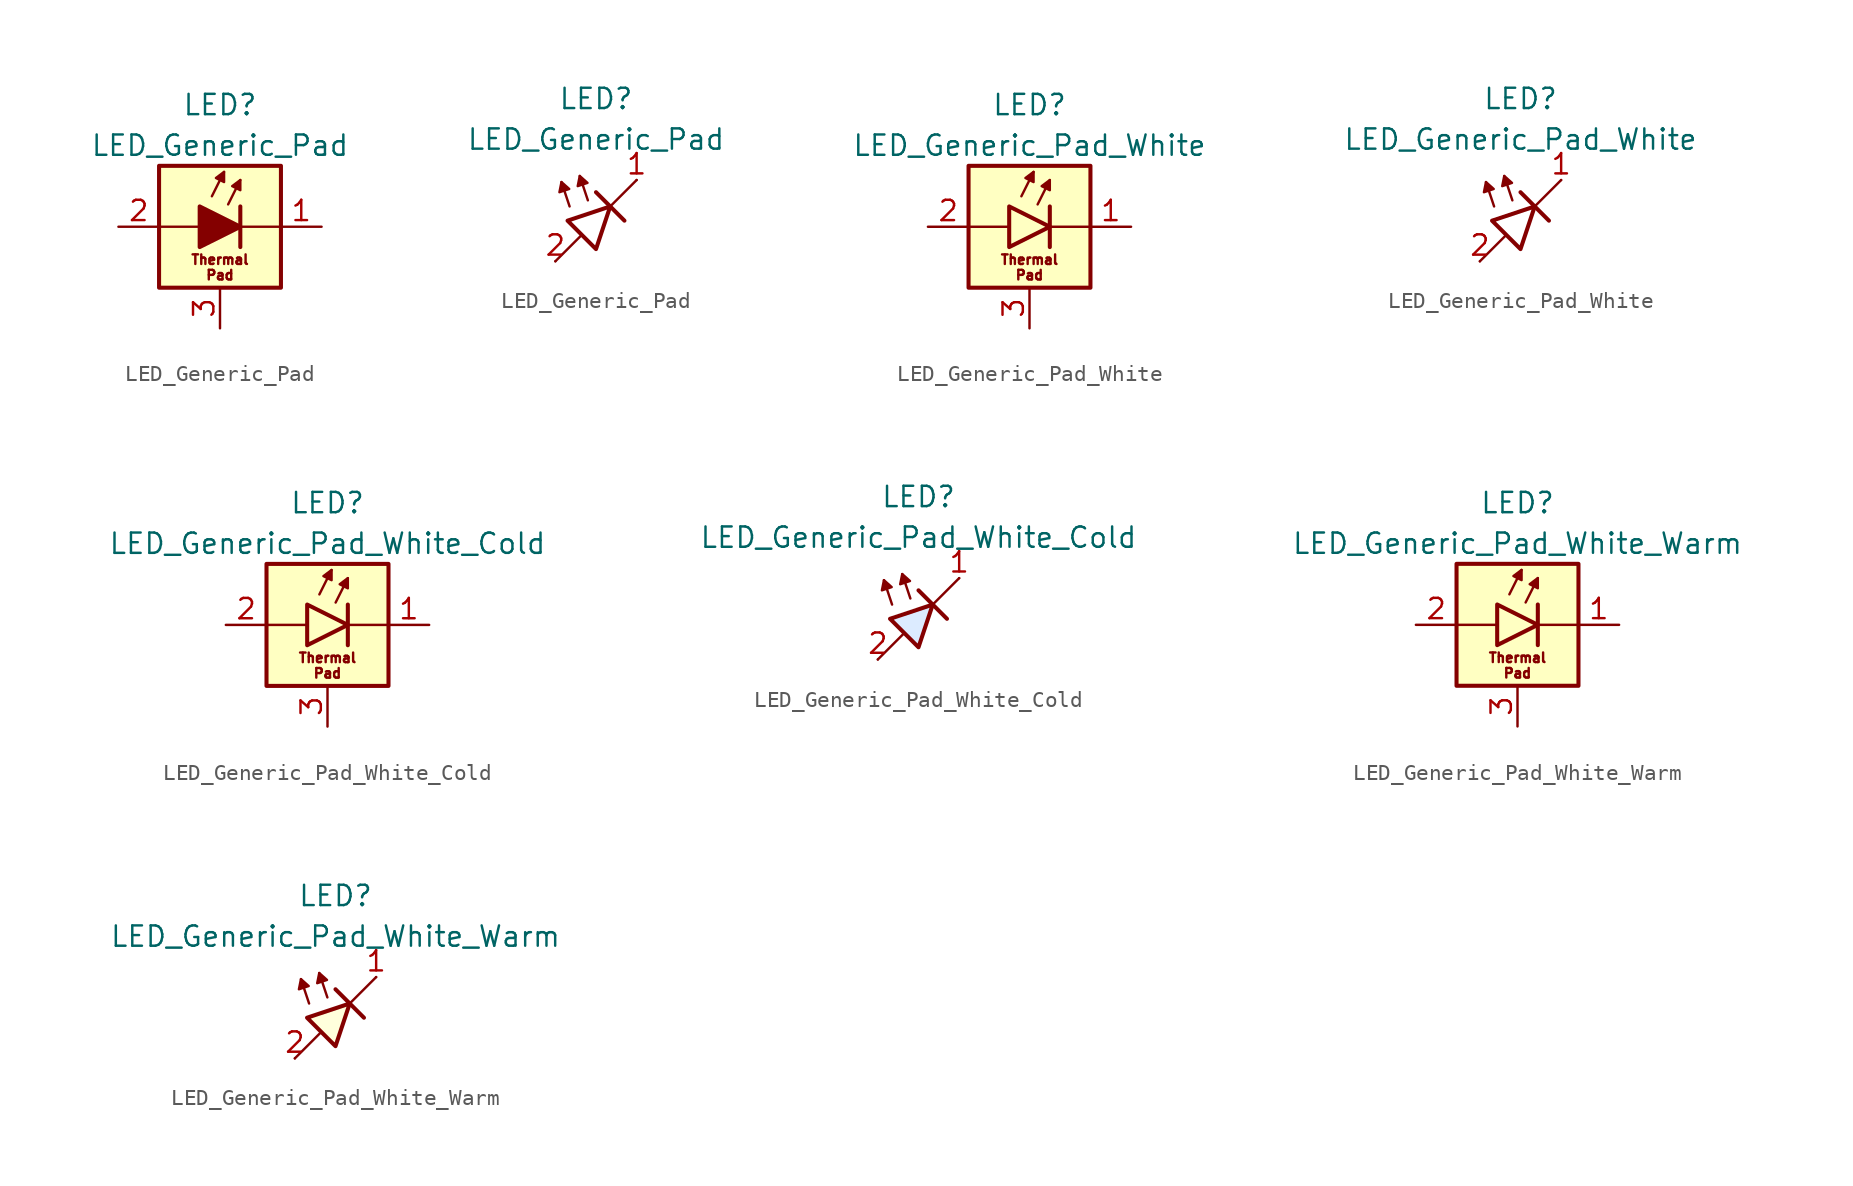
<source format=kicad_sym>
(kicad_symbol_lib
  (version 20231120)
  (generator "kicad_symbol_editor")
  (generator_version "8.0")
  (symbol "LED_Generic_Pad"
    (pin_names
      (offset 1.016) hide)
    (property "Reference" "LED"
      (at 0 7.62 0)
      (effects (font (size 1.27 1.27))))
    (property "Value" "LED_Generic_Pad"
      (at 0 5.08 0)
      (effects (font (size 1.27 1.27))))
    (symbol "LED_Generic_Pad_0_1"
      (polyline (pts (xy -0.508 1.905) (xy 0.254 3.429)) (stroke (width 0.152) (type default)) (fill (type none)))
      (polyline (pts (xy 0.508 1.397) (xy 1.27 2.921)) (stroke (width 0.152) (type default)) (fill (type none)))
      (polyline (pts (xy 1.27 1.27) (xy 1.27 -1.27)) (stroke (width 0.254) (type default)) (fill (type none)))
      (polyline (pts (xy 0.254 2.794) (xy -0.254 3.048) (xy 0.254 3.429) (xy 0.254 2.794)) (stroke (width 0) (type solid)) (fill (type outline)))
      (polyline (pts (xy 1.27 2.286) (xy 0.762 2.54) (xy 1.27 2.921) (xy 1.27 2.286)) (stroke (width 0.152) (type default)) (fill (type outline))))
    (symbol "LED_Generic_Pad_0_2"
      (polyline (pts (xy -2.54 -2.54) (xy -0.889 -0.889)) (stroke (width 0) (type default)) (fill (type none)))
      (polyline (pts (xy -1.651 0.889) (xy -2.159 2.413)) (stroke (width 0) (type default)) (fill (type none)))
      (polyline (pts (xy -0.508 1.27) (xy -1.016 2.794)) (stroke (width 0) (type default)) (fill (type none)))
      (polyline (pts (xy 0 1.778) (xy 1.778 0)) (stroke (width 0.254) (type default)) (fill (type none)))
      (polyline (pts (xy 0.889 0.889) (xy 2.54 2.54)) (stroke (width 0) (type default)) (fill (type none)))
      (polyline (pts (xy -2.159 2.413) (xy -2.286 1.778) (xy -1.676 1.981) (xy -2.159 2.413)) (stroke (width 0) (type default)) (fill (type outline)))
      (polyline (pts (xy -1.016 2.794) (xy -1.143 2.159) (xy -0.533 2.362) (xy -1.016 2.794)) (stroke (width 0) (type default)) (fill (type outline)))
      (polyline (pts (xy -0.889 -0.889) (xy -1.778 0) (xy 0.889 0.889) (xy 0 -1.778) (xy -0.889 -0.889)) (stroke (width 0.254) (type default)) (fill (type color) (color 255 255 255 1))))
    (symbol "LED_Generic_Pad_1_1"
      (rectangle (start -3.81 3.81) (end 3.81 -3.81) (stroke (width 0.254) (type default)) (fill (type background)))
      (polyline (pts (xy -3.81 0) (xy -1.27 0)) (stroke (width 0) (type default)) (fill (type none)))
      (polyline (pts (xy 1.27 0) (xy 3.81 0)) (stroke (width 0) (type default)) (fill (type none)))
      (polyline (pts (xy -1.27 1.27) (xy -1.27 -1.27) (xy 1.27 0) (xy -1.27 1.27)) (stroke (width 0.254) (type default)) (fill (type outline)))
      (text "Thermal\nPad" (at 0 -2.54 0) (effects (font (size 0.6 0.6))))
      (pin passive line (at 6.35 0 180) (length 2.54) (name "K" (effects (font (size 1.27 1.27)))) (number "1" (effects (font (size 1.27 1.27)))))
      (pin passive line (at -6.35 0 0) (length 2.54) (name "A" (effects (font (size 1.27 1.27)))) (number "2" (effects (font (size 1.27 1.27)))))
      (pin passive line (at 0 -6.35 90) (length 2.54) (name "PAD" (effects (font (size 1.27 1.27)))) (number "3" (effects (font (size 1.27 1.27))))))
    (symbol "LED_Generic_Pad_1_2"
      (pin passive line (at 2.54 2.54 180) (length 0) (name "K" (effects (font (size 1.27 1.27)))) (number "1" (effects (font (size 1.27 1.27)))))
      (pin passive line (at -2.54 -2.54 0) (length 0) (name "A" (effects (font (size 1.27 1.27)))) (number "2" (effects (font (size 1.27 1.27)))))))
  (symbol "LED_Generic_Pad_White"
    (pin_names
      (offset 1.016) hide)
    (property "Reference" "LED"
      (at 0 7.62 0)
      (effects (font (size 1.27 1.27))))
    (property "Value" "LED_Generic_Pad_White"
      (at 0 5.08 0)
      (effects (font (size 1.27 1.27))))
    (symbol "LED_Generic_Pad_White_0_1"
      (polyline (pts (xy -0.508 1.905) (xy 0.254 3.429)) (stroke (width 0.152) (type default)) (fill (type none)))
      (polyline (pts (xy 0.508 1.397) (xy 1.27 2.921)) (stroke (width 0.152) (type default)) (fill (type none)))
      (polyline (pts (xy 1.27 1.27) (xy 1.27 -1.27)) (stroke (width 0.254) (type default)) (fill (type none)))
      (polyline (pts (xy -1.27 1.27) (xy -1.27 -1.27) (xy 1.27 0) (xy -1.27 1.27)) (stroke (width 0.254) (type default)) (fill (type color) (color 255 255 255 1)))
      (polyline (pts (xy 0.254 2.794) (xy -0.254 3.048) (xy 0.254 3.429) (xy 0.254 2.794)) (stroke (width 0) (type solid)) (fill (type outline)))
      (polyline (pts (xy 1.27 2.286) (xy 0.762 2.54) (xy 1.27 2.921) (xy 1.27 2.286)) (stroke (width 0.152) (type default)) (fill (type outline))))
    (symbol "LED_Generic_Pad_White_0_2"
      (polyline (pts (xy -2.54 -2.54) (xy -0.889 -0.889)) (stroke (width 0) (type default)) (fill (type none)))
      (polyline (pts (xy -1.651 0.889) (xy -2.159 2.413)) (stroke (width 0) (type default)) (fill (type none)))
      (polyline (pts (xy -0.508 1.27) (xy -1.016 2.794)) (stroke (width 0) (type default)) (fill (type none)))
      (polyline (pts (xy 0 1.778) (xy 1.778 0)) (stroke (width 0.254) (type default)) (fill (type none)))
      (polyline (pts (xy 0.889 0.889) (xy 2.54 2.54)) (stroke (width 0) (type default)) (fill (type none)))
      (polyline (pts (xy -2.159 2.413) (xy -2.286 1.778) (xy -1.676 1.981) (xy -2.159 2.413)) (stroke (width 0) (type default)) (fill (type outline)))
      (polyline (pts (xy -1.016 2.794) (xy -1.143 2.159) (xy -0.533 2.362) (xy -1.016 2.794)) (stroke (width 0) (type default)) (fill (type outline)))
      (polyline (pts (xy -0.889 -0.889) (xy -1.778 0) (xy 0.889 0.889) (xy 0 -1.778) (xy -0.889 -0.889)) (stroke (width 0.254) (type default)) (fill (type color) (color 255 255 255 1))))
    (symbol "LED_Generic_Pad_White_1_1"
      (rectangle (start -3.81 3.81) (end 3.81 -3.81) (stroke (width 0.254) (type default)) (fill (type background)))
      (polyline (pts (xy -3.81 0) (xy -1.27 0)) (stroke (width 0) (type default)) (fill (type none)))
      (polyline (pts (xy 1.27 0) (xy 3.81 0)) (stroke (width 0) (type default)) (fill (type none)))
      (text "Thermal\nPad" (at 0 -2.54 0) (effects (font (size 0.6 0.6))))
      (pin passive line (at 6.35 0 180) (length 2.54) (name "K" (effects (font (size 1.27 1.27)))) (number "1" (effects (font (size 1.27 1.27)))))
      (pin passive line (at -6.35 0 0) (length 2.54) (name "A" (effects (font (size 1.27 1.27)))) (number "2" (effects (font (size 1.27 1.27)))))
      (pin passive line (at 0 -6.35 90) (length 2.54) (name "PAD" (effects (font (size 1.27 1.27)))) (number "3" (effects (font (size 1.27 1.27))))))
    (symbol "LED_Generic_Pad_White_1_2"
      (pin passive line (at 2.54 2.54 180) (length 0) (name "K" (effects (font (size 1.27 1.27)))) (number "1" (effects (font (size 1.27 1.27)))))
      (pin passive line (at -2.54 -2.54 0) (length 0) (name "A" (effects (font (size 1.27 1.27)))) (number "2" (effects (font (size 1.27 1.27)))))))
  (symbol "LED_Generic_Pad_White_Cold"
    (pin_names
      (offset 1.016) hide)
    (property "Reference" "LED"
      (at 0 7.62 0)
      (effects (font (size 1.27 1.27))))
    (property "Value" "LED_Generic_Pad_White_Cold"
      (at 0 5.08 0)
      (effects (font (size 1.27 1.27))))
    (symbol "LED_Generic_Pad_White_Cold_0_1"
      (polyline (pts (xy -1.27 0) (xy -3.81 0)) (stroke (width 0) (type default)) (fill (type none)))
      (polyline (pts (xy -0.508 1.905) (xy 0.254 3.429)) (stroke (width 0.152) (type default)) (fill (type none)))
      (polyline (pts (xy 0.508 1.397) (xy 1.27 2.921)) (stroke (width 0.152) (type default)) (fill (type none)))
      (polyline (pts (xy 1.27 1.27) (xy 1.27 -1.27)) (stroke (width 0.254) (type default)) (fill (type none)))
      (polyline (pts (xy 3.81 0) (xy 1.27 0)) (stroke (width 0) (type default)) (fill (type none)))
      (polyline (pts (xy -1.27 1.27) (xy -1.27 -1.27) (xy 1.27 0) (xy -1.27 1.27)) (stroke (width 0.254) (type default)) (fill (type color) (color 220 235 255 1)))
      (polyline (pts (xy 0.254 2.794) (xy -0.254 3.048) (xy 0.254 3.429) (xy 0.254 2.794)) (stroke (width 0) (type solid)) (fill (type outline)))
      (polyline (pts (xy 1.27 2.286) (xy 0.762 2.54) (xy 1.27 2.921) (xy 1.27 2.286)) (stroke (width 0.152) (type default)) (fill (type outline))))
    (symbol "LED_Generic_Pad_White_Cold_0_2"
      (polyline (pts (xy -2.54 -2.54) (xy -0.889 -0.889)) (stroke (width 0) (type default)) (fill (type none)))
      (polyline (pts (xy -1.651 0.889) (xy -2.159 2.413)) (stroke (width 0) (type default)) (fill (type none)))
      (polyline (pts (xy -0.508 1.27) (xy -1.016 2.794)) (stroke (width 0) (type default)) (fill (type none)))
      (polyline (pts (xy 0 1.778) (xy 1.778 0)) (stroke (width 0.254) (type default)) (fill (type none)))
      (polyline (pts (xy 0.889 0.889) (xy 2.54 2.54)) (stroke (width 0) (type default)) (fill (type none)))
      (polyline (pts (xy -2.159 2.413) (xy -2.286 1.778) (xy -1.676 1.981) (xy -2.159 2.413)) (stroke (width 0) (type default)) (fill (type outline)))
      (polyline (pts (xy -1.016 2.794) (xy -1.143 2.159) (xy -0.533 2.362) (xy -1.016 2.794)) (stroke (width 0) (type default)) (fill (type outline)))
      (polyline (pts (xy -0.889 -0.889) (xy -1.778 0) (xy 0.889 0.889) (xy 0 -1.778) (xy -0.889 -0.889)) (stroke (width 0.254) (type default)) (fill (type color) (color 220 235 255 1))))
    (symbol "LED_Generic_Pad_White_Cold_1_1"
      (rectangle (start -3.81 3.81) (end 3.81 -3.81) (stroke (width 0.254) (type default)) (fill (type background)))
      (text "Thermal\nPad" (at 0 -2.54 0) (effects (font (size 0.6 0.6))))
      (pin passive line (at 6.35 0 180) (length 2.54) (name "K" (effects (font (size 1.27 1.27)))) (number "1" (effects (font (size 1.27 1.27)))))
      (pin passive line (at -6.35 0 0) (length 2.54) (name "A" (effects (font (size 1.27 1.27)))) (number "2" (effects (font (size 1.27 1.27)))))
      (pin passive line (at 0 -6.35 90) (length 2.54) (name "PAD" (effects (font (size 1.27 1.27)))) (number "3" (effects (font (size 1.27 1.27))))))
    (symbol "LED_Generic_Pad_White_Cold_1_2"
      (pin passive line (at 2.54 2.54 180) (length 0) (name "K" (effects (font (size 1.27 1.27)))) (number "1" (effects (font (size 1.27 1.27)))))
      (pin passive line (at -2.54 -2.54 0) (length 0) (name "A" (effects (font (size 1.27 1.27)))) (number "2" (effects (font (size 1.27 1.27)))))))
  (symbol "LED_Generic_Pad_White_Warm"
    (pin_names
      (offset 1.016) hide)
    (property "Reference" "LED"
      (at 0 7.62 0)
      (effects (font (size 1.27 1.27))))
    (property "Value" "LED_Generic_Pad_White_Warm"
      (at 0 5.08 0)
      (effects (font (size 1.27 1.27))))
    (symbol "LED_Generic_Pad_White_Warm_0_1"
      (polyline (pts (xy -1.27 0) (xy -3.81 0)) (stroke (width 0) (type default)) (fill (type none)))
      (polyline (pts (xy -0.508 1.905) (xy 0.254 3.429)) (stroke (width 0.152) (type default)) (fill (type none)))
      (polyline (pts (xy 0.508 1.397) (xy 1.27 2.921)) (stroke (width 0.152) (type default)) (fill (type none)))
      (polyline (pts (xy 1.27 1.27) (xy 1.27 -1.27)) (stroke (width 0.254) (type default)) (fill (type none)))
      (polyline (pts (xy 3.81 0) (xy 1.27 0)) (stroke (width 0) (type default)) (fill (type none)))
      (polyline (pts (xy -1.27 1.27) (xy -1.27 -1.27) (xy 1.27 0) (xy -1.27 1.27)) (stroke (width 0.254) (type default)) (fill (type color) (color 255 255 220 1)))
      (polyline (pts (xy 0.254 2.794) (xy -0.254 3.048) (xy 0.254 3.429) (xy 0.254 2.794)) (stroke (width 0) (type solid)) (fill (type outline)))
      (polyline (pts (xy 1.27 2.286) (xy 0.762 2.54) (xy 1.27 2.921) (xy 1.27 2.286)) (stroke (width 0.152) (type default)) (fill (type outline))))
    (symbol "LED_Generic_Pad_White_Warm_0_2"
      (polyline (pts (xy -2.54 -2.54) (xy -0.889 -0.889)) (stroke (width 0) (type default)) (fill (type none)))
      (polyline (pts (xy -1.651 0.889) (xy -2.159 2.413)) (stroke (width 0) (type default)) (fill (type none)))
      (polyline (pts (xy -0.508 1.27) (xy -1.016 2.794)) (stroke (width 0) (type default)) (fill (type none)))
      (polyline (pts (xy 0 1.778) (xy 1.778 0)) (stroke (width 0.254) (type default)) (fill (type none)))
      (polyline (pts (xy 0.889 0.889) (xy 2.54 2.54)) (stroke (width 0) (type default)) (fill (type none)))
      (polyline (pts (xy -2.159 2.413) (xy -2.286 1.778) (xy -1.676 1.981) (xy -2.159 2.413)) (stroke (width 0) (type default)) (fill (type outline)))
      (polyline (pts (xy -1.016 2.794) (xy -1.143 2.159) (xy -0.533 2.362) (xy -1.016 2.794)) (stroke (width 0) (type default)) (fill (type outline)))
      (polyline (pts (xy -0.889 -0.889) (xy -1.778 0) (xy 0.889 0.889) (xy 0 -1.778) (xy -0.889 -0.889)) (stroke (width 0.254) (type default)) (fill (type color) (color 255 255 220 1))))
    (symbol "LED_Generic_Pad_White_Warm_1_1"
      (rectangle (start -3.81 3.81) (end 3.81 -3.81) (stroke (width 0.254) (type default)) (fill (type background)))
      (text "Thermal\nPad" (at 0 -2.54 0) (effects (font (size 0.6 0.6))))
      (pin passive line (at 6.35 0 180) (length 2.54) (name "K" (effects (font (size 1.27 1.27)))) (number "1" (effects (font (size 1.27 1.27)))))
      (pin passive line (at -6.35 0 0) (length 2.54) (name "A" (effects (font (size 1.27 1.27)))) (number "2" (effects (font (size 1.27 1.27)))))
      (pin passive line (at 0 -6.35 90) (length 2.54) (name "PAD" (effects (font (size 1.27 1.27)))) (number "3" (effects (font (size 1.27 1.27))))))
    (symbol "LED_Generic_Pad_White_Warm_1_2"
      (pin passive line (at 2.54 2.54 180) (length 0) (name "K" (effects (font (size 1.27 1.27)))) (number "1" (effects (font (size 1.27 1.27)))))
      (pin passive line (at -2.54 -2.54 0) (length 0) (name "A" (effects (font (size 1.27 1.27)))) (number "2" (effects (font (size 1.27 1.27))))))))
</source>
